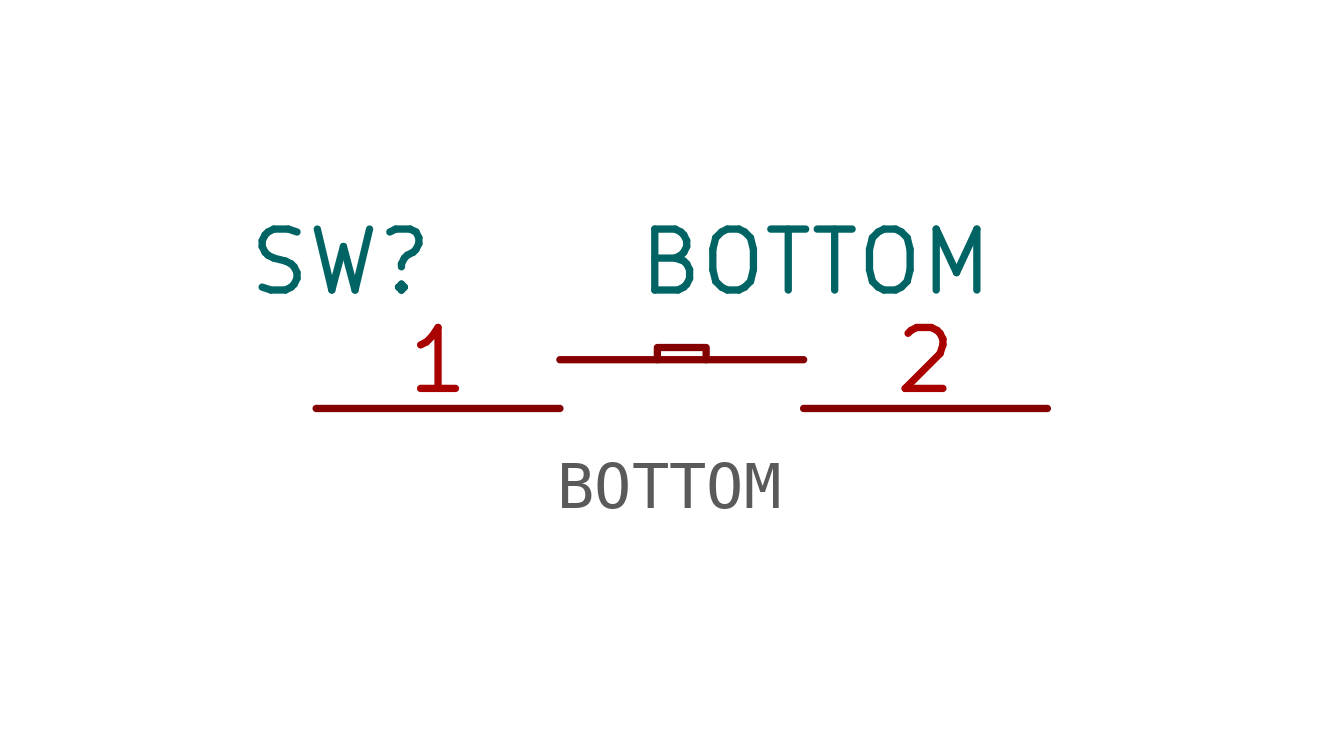
<source format=kicad_sym>
(kicad_symbol_lib
  (version 20231120)
  (generator "kicad_symbol_editor")
  (generator_version "8.0")
  (symbol "BOTTOM"
    (pin_names
      (offset 1.016) hide)
    (property "Reference" "SW"
      (at -7.112 3.048 0)
      (effects (font (size 1.27 1.27))))
    (property "Value" "BOTTOM"
      (at 2.794 3.048 0)
      (effects (font (size 1.27 1.27))))
    (symbol "BOTTOM_1_1"
      (polyline (pts (xy -2.54 1.016) (xy 2.54 1.016)) (stroke (width 0.152) (type solid)) (fill (type none)))
      (polyline (pts (xy -0.508 1.016) (xy -0.508 1.27) (xy 0.508 1.27) (xy 0.508 1.016)) (stroke (width 0.152) (type solid)) (fill (type none)))
      (pin input line (at -7.62 0 0) (length 5.08) (name "1" (effects (font (size 1.27 1.27)))) (number "1" (effects (font (size 1.27 1.27)))))
      (pin input line (at 7.62 0 180) (length 5.08) (name "2" (effects (font (size 1.27 1.27)))) (number "2" (effects (font (size 1.27 1.27))))))))
</source>
